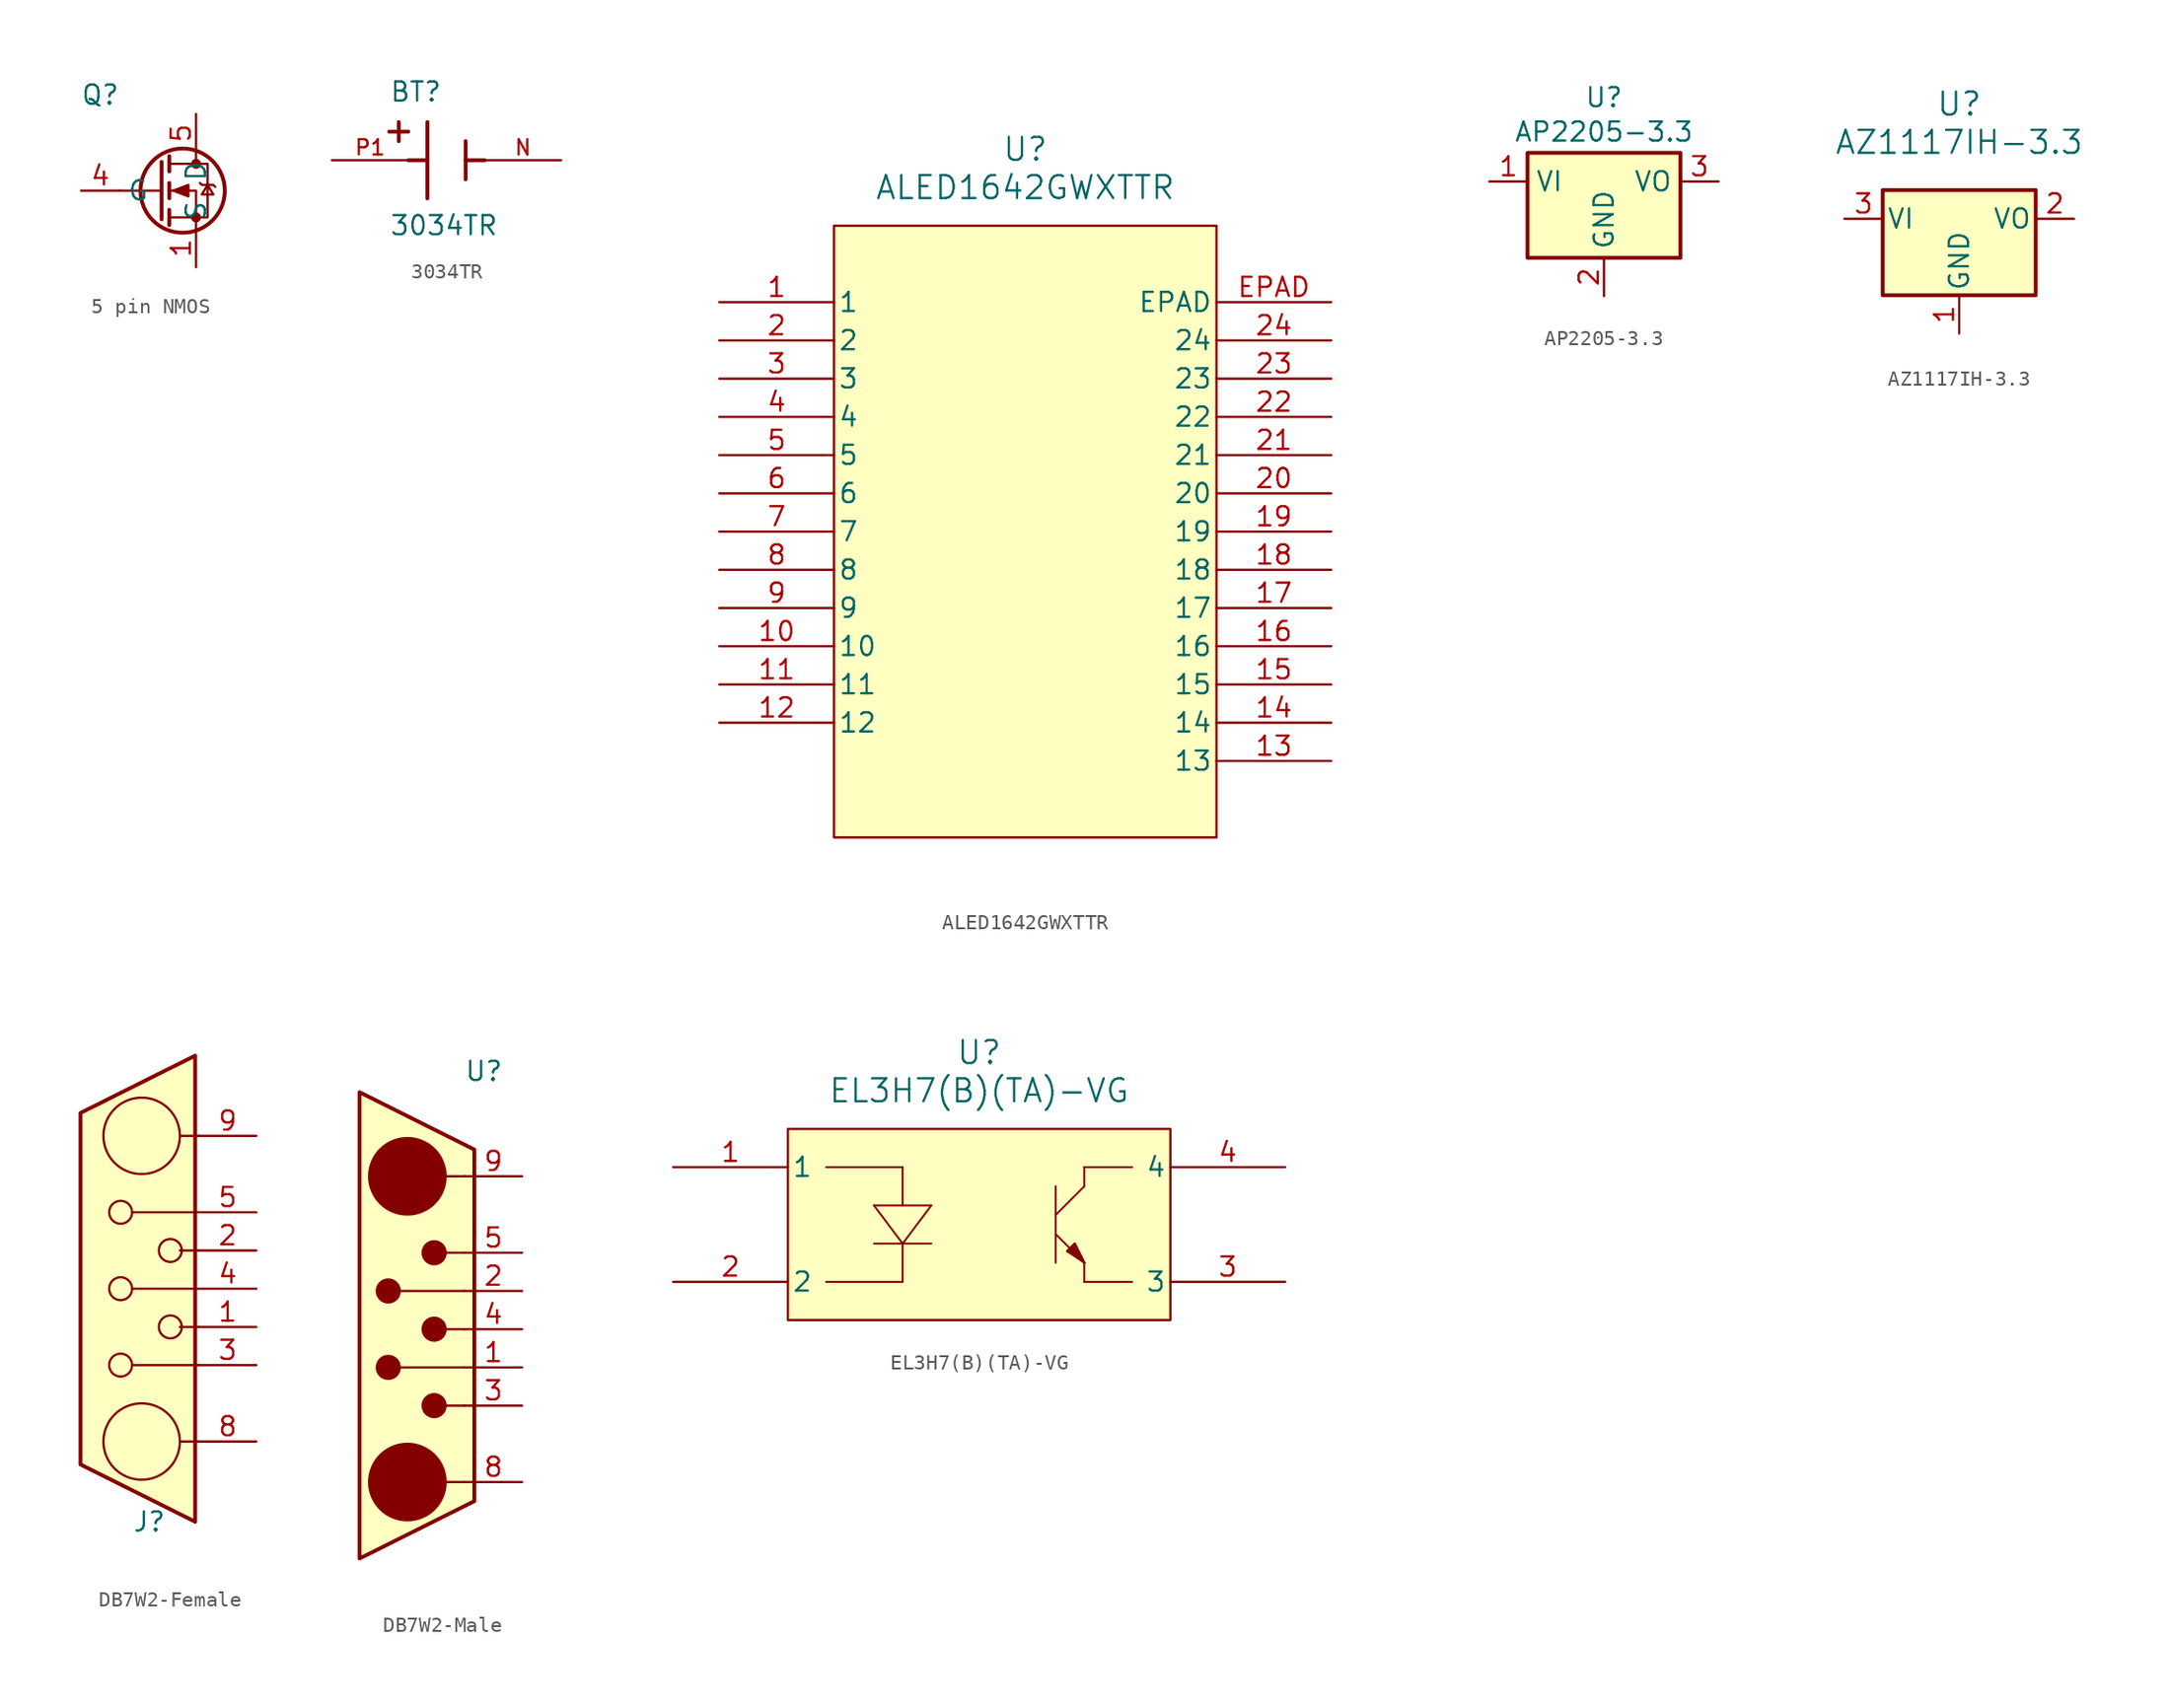
<source format=kicad_sym>
(kicad_symbol_lib
  (version 20231120)
  (generator "kicad_symbol_editor")
  (generator_version "8.0")
  (symbol "5 pin NMOS"
    (property "Reference" "Q"
      (at -6.35 6.35 0)
      (effects (font (size 1.27 1.27))))
    (property "Value" ""
      (at 0 0 0)
      (effects (font (size 1.27 1.27))))
    (symbol "5 pin NMOS_0_1"
      (circle (center -0.889 0) (radius 2.794) (stroke (width 0.254) (type default)) (fill (type none)))
      (circle (center 0 -1.778) (radius 0.254) (stroke (width 0) (type default)) (fill (type outline)))
      (polyline (pts (xy -2.286 0) (xy -5.08 0)) (stroke (width 0) (type default)) (fill (type none)))
      (polyline (pts (xy -2.286 1.905) (xy -2.286 -1.905)) (stroke (width 0.254) (type default)) (fill (type none)))
      (polyline (pts (xy -1.778 -1.27) (xy -1.778 -2.286)) (stroke (width 0.254) (type default)) (fill (type none)))
      (polyline (pts (xy -1.778 0.508) (xy -1.778 -0.508)) (stroke (width 0.254) (type default)) (fill (type none)))
      (polyline (pts (xy -1.778 2.286) (xy -1.778 1.27)) (stroke (width 0.254) (type default)) (fill (type none)))
      (polyline (pts (xy 0 2.54) (xy 0 1.778)) (stroke (width 0) (type default)) (fill (type none)))
      (polyline (pts (xy 0 -2.54) (xy 0 0) (xy -1.778 0)) (stroke (width 0) (type default)) (fill (type none)))
      (polyline (pts (xy -1.778 -1.778) (xy 0.762 -1.778) (xy 0.762 1.778) (xy -1.778 1.778)) (stroke (width 0) (type default)) (fill (type none)))
      (polyline (pts (xy -1.524 0) (xy -0.508 0.381) (xy -0.508 -0.381) (xy -1.524 0)) (stroke (width 0) (type default)) (fill (type outline)))
      (polyline (pts (xy 0.254 0.508) (xy 0.381 0.381) (xy 1.143 0.381) (xy 1.27 0.254)) (stroke (width 0) (type default)) (fill (type none)))
      (polyline (pts (xy 0.762 0.381) (xy 0.381 -0.254) (xy 1.143 -0.254) (xy 0.762 0.381)) (stroke (width 0) (type default)) (fill (type none)))
      (circle (center 0 1.778) (radius 0.254) (stroke (width 0) (type default)) (fill (type outline))))
    (symbol "5 pin NMOS_1_1"
      (pin passive line (at 0 -5.08 90) (length 2.54) (name "S" (effects (font (size 1.27 1.27)))) (number "1" (effects (font (size 1.27 1.27)))))
      (pin passive line (at 0 -5.08 90) (length 2.54) hide (name "S" (effects (font (size 1.27 1.27)))) (number "2" (effects (font (size 1.27 1.27)))))
      (pin passive line (at 0 -5.08 90) (length 2.54) hide (name "S" (effects (font (size 1.27 1.27)))) (number "3" (effects (font (size 1.27 1.27)))))
      (pin input line (at -7.62 0 0) (length 2.54) (name "G" (effects (font (size 1.27 1.27)))) (number "4" (effects (font (size 1.27 1.27)))))
      (pin passive line (at 0 5.08 270) (length 2.54) (name "D" (effects (font (size 1.27 1.27)))) (number "5" (effects (font (size 1.27 1.27)))))))
  (symbol "3034TR"
    (pin_names
      (offset 1.016))
    (property "Reference" "BT"
      (at -3.81 3.81 0)
      (effects (font (size 1.27 1.27)) (justify left bottom)))
    (property "Value" "3034TR"
      (at -3.81 -5.08 0)
      (effects (font (size 1.27 1.27)) (justify left bottom)))
    (symbol "3034TR_0_0"
      (polyline (pts (xy -3.81 1.905) (xy -2.54 1.905)) (stroke (width 0.254) (type default)) (fill (type none)))
      (polyline (pts (xy -3.175 2.54) (xy -3.175 1.27)) (stroke (width 0.254) (type default)) (fill (type none)))
      (polyline (pts (xy -1.27 0) (xy -2.54 0)) (stroke (width 0.254) (type default)) (fill (type none)))
      (polyline (pts (xy -1.27 0) (xy -1.27 -2.54)) (stroke (width 0.254) (type default)) (fill (type none)))
      (polyline (pts (xy -1.27 2.54) (xy -1.27 0)) (stroke (width 0.254) (type default)) (fill (type none)))
      (polyline (pts (xy 1.27 0) (xy 1.27 -1.27)) (stroke (width 0.254) (type default)) (fill (type none)))
      (polyline (pts (xy 1.27 0) (xy 2.54 0)) (stroke (width 0.254) (type default)) (fill (type none)))
      (polyline (pts (xy 1.27 1.27) (xy 1.27 0)) (stroke (width 0.254) (type default)) (fill (type none)))
      (pin passive line (at 7.62 0 180) (length 5.08) (name "~" (effects (font (size 1.016 1.016)))) (number "N" (effects (font (size 1.016 1.016)))))
      (pin passive line (at -7.62 0 0) (length 5.08) (name "~" (effects (font (size 1.016 1.016)))) (number "P1" (effects (font (size 1.016 1.016)))))))
  (symbol "ALED1642GWXTTR"
    (pin_names
      (offset 0.254))
    (property "Reference" "U"
      (at 20.32 10.16 0)
      (effects (font (size 1.524 1.524))))
    (property "Value" "ALED1642GWXTTR"
      (at 20.32 7.62 0)
      (effects (font (size 1.524 1.524))))
    (property "ki_locked" ""
      (at 0 0 0)
      (effects (font (size 1.27 1.27))))
    (symbol "ALED1642GWXTTR_0_1"
      (pin unspecified line (at 0 0 0) (length 7.62) (name "1" (effects (font (size 1.27 1.27)))) (number "1" (effects (font (size 1.27 1.27)))))
      (pin unspecified line (at 0 -22.86 0) (length 7.62) (name "10" (effects (font (size 1.27 1.27)))) (number "10" (effects (font (size 1.27 1.27)))))
      (pin unspecified line (at 0 -25.4 0) (length 7.62) (name "11" (effects (font (size 1.27 1.27)))) (number "11" (effects (font (size 1.27 1.27)))))
      (pin unspecified line (at 0 -27.94 0) (length 7.62) (name "12" (effects (font (size 1.27 1.27)))) (number "12" (effects (font (size 1.27 1.27)))))
      (pin unspecified line (at 40.64 -30.48 180) (length 7.62) (name "13" (effects (font (size 1.27 1.27)))) (number "13" (effects (font (size 1.27 1.27)))))
      (pin unspecified line (at 40.64 -27.94 180) (length 7.62) (name "14" (effects (font (size 1.27 1.27)))) (number "14" (effects (font (size 1.27 1.27)))))
      (pin unspecified line (at 40.64 -25.4 180) (length 7.62) (name "15" (effects (font (size 1.27 1.27)))) (number "15" (effects (font (size 1.27 1.27)))))
      (pin unspecified line (at 40.64 -22.86 180) (length 7.62) (name "16" (effects (font (size 1.27 1.27)))) (number "16" (effects (font (size 1.27 1.27)))))
      (pin unspecified line (at 40.64 -20.32 180) (length 7.62) (name "17" (effects (font (size 1.27 1.27)))) (number "17" (effects (font (size 1.27 1.27)))))
      (pin unspecified line (at 40.64 -17.78 180) (length 7.62) (name "18" (effects (font (size 1.27 1.27)))) (number "18" (effects (font (size 1.27 1.27)))))
      (pin unspecified line (at 40.64 -15.24 180) (length 7.62) (name "19" (effects (font (size 1.27 1.27)))) (number "19" (effects (font (size 1.27 1.27)))))
      (pin unspecified line (at 0 -2.54 0) (length 7.62) (name "2" (effects (font (size 1.27 1.27)))) (number "2" (effects (font (size 1.27 1.27)))))
      (pin unspecified line (at 40.64 -12.7 180) (length 7.62) (name "20" (effects (font (size 1.27 1.27)))) (number "20" (effects (font (size 1.27 1.27)))))
      (pin unspecified line (at 40.64 -10.16 180) (length 7.62) (name "21" (effects (font (size 1.27 1.27)))) (number "21" (effects (font (size 1.27 1.27)))))
      (pin unspecified line (at 40.64 -7.62 180) (length 7.62) (name "22" (effects (font (size 1.27 1.27)))) (number "22" (effects (font (size 1.27 1.27)))))
      (pin unspecified line (at 40.64 -5.08 180) (length 7.62) (name "23" (effects (font (size 1.27 1.27)))) (number "23" (effects (font (size 1.27 1.27)))))
      (pin unspecified line (at 40.64 -2.54 180) (length 7.62) (name "24" (effects (font (size 1.27 1.27)))) (number "24" (effects (font (size 1.27 1.27)))))
      (pin unspecified line (at 0 -5.08 0) (length 7.62) (name "3" (effects (font (size 1.27 1.27)))) (number "3" (effects (font (size 1.27 1.27)))))
      (pin unspecified line (at 0 -7.62 0) (length 7.62) (name "4" (effects (font (size 1.27 1.27)))) (number "4" (effects (font (size 1.27 1.27)))))
      (pin unspecified line (at 0 -10.16 0) (length 7.62) (name "5" (effects (font (size 1.27 1.27)))) (number "5" (effects (font (size 1.27 1.27)))))
      (pin unspecified line (at 0 -12.7 0) (length 7.62) (name "6" (effects (font (size 1.27 1.27)))) (number "6" (effects (font (size 1.27 1.27)))))
      (pin unspecified line (at 0 -15.24 0) (length 7.62) (name "7" (effects (font (size 1.27 1.27)))) (number "7" (effects (font (size 1.27 1.27)))))
      (pin unspecified line (at 0 -17.78 0) (length 7.62) (name "8" (effects (font (size 1.27 1.27)))) (number "8" (effects (font (size 1.27 1.27)))))
      (pin unspecified line (at 0 -20.32 0) (length 7.62) (name "9" (effects (font (size 1.27 1.27)))) (number "9" (effects (font (size 1.27 1.27)))))
      (pin unspecified line (at 40.64 0 180) (length 7.62) (name "EPAD" (effects (font (size 1.27 1.27)))) (number "EPAD" (effects (font (size 1.27 1.27))))))
    (symbol "ALED1642GWXTTR_1_1"
      (rectangle (start 7.62 5.08) (end 33.02 -35.56) (stroke (width 0) (type default)) (fill (type background)))))
  (symbol "AP2205-3.3"
    (property "Reference" "U"
      (at 0 5.588 0)
      (effects (font (size 1.27 1.27))))
    (property "Value" "AP2205-3.3"
      (at 0 3.302 0)
      (effects (font (size 1.27 1.27))))
    (symbol "AP2205-3.3_0_1"
      (rectangle (start -5.08 1.905) (end 5.08 -5.08) (stroke (width 0.254) (type default)) (fill (type background))))
    (symbol "AP2205-3.3_1_1"
      (pin power_in line (at -7.62 0 0) (length 2.54) (name "VI" (effects (font (size 1.27 1.27)))) (number "1" (effects (font (size 1.27 1.27)))))
      (pin power_in line (at 0 -7.62 90) (length 2.54) (name "GND" (effects (font (size 1.27 1.27)))) (number "2" (effects (font (size 1.27 1.27)))))
      (pin power_out line (at 7.62 0 180) (length 2.54) (name "VO" (effects (font (size 1.27 1.27)))) (number "3" (effects (font (size 1.27 1.27)))))))
  (symbol "AZ1117IH-3.3"
    (pin_names
      (offset 0.254))
    (property "Reference" "U"
      (at 0 7.62 0)
      (effects (font (size 1.524 1.524))))
    (property "Value" "AZ1117IH-3.3"
      (at 0 5.08 0)
      (effects (font (size 1.524 1.524))))
    (symbol "AZ1117IH-3.3_0_1"
      (rectangle (start -5.08 1.905) (end 5.08 -5.08) (stroke (width 0.254) (type default)) (fill (type background))))
    (symbol "AZ1117IH-3.3_1_1"
      (pin power_in line (at 0 -7.62 90) (length 2.54) (name "GND" (effects (font (size 1.27 1.27)))) (number "1" (effects (font (size 1.27 1.27)))))
      (pin power_out line (at 7.62 0 180) (length 2.54) (name "VO" (effects (font (size 1.27 1.27)))) (number "2" (effects (font (size 1.27 1.27)))))
      (pin power_in line (at -7.62 0 0) (length 2.54) (name "VI" (effects (font (size 1.27 1.27)))) (number "3" (effects (font (size 1.27 1.27)))))))
  (symbol "DB7W2-Female"
    (property "Reference" "J"
      (at 0.508 -15.494 0)
      (effects (font (size 1.27 1.27))))
    (property "Value" ""
      (at -3.175 0 0)
      (effects (font (size 1.27 1.27))))
    (symbol "DB7W2-Female_0_1"
      (circle (center -1.397 -5.08) (radius 0.762) (stroke (width 0) (type default)) (fill (type none)))
      (circle (center -1.397 0) (radius 0.762) (stroke (width 0) (type default)) (fill (type none)))
      (circle (center -1.397 5.08) (radius 0.762) (stroke (width 0) (type default)) (fill (type none)))
      (circle (center 0 -10.16) (radius 2.54) (stroke (width 0) (type default)) (fill (type none)))
      (polyline (pts (xy 3.81 -10.16) (xy 2.54 -10.16)) (stroke (width 0) (type default)) (fill (type none)))
      (polyline (pts (xy 3.81 -5.08) (xy -0.635 -5.08)) (stroke (width 0) (type default)) (fill (type none)))
      (polyline (pts (xy 3.81 -2.54) (xy 2.54 -2.54)) (stroke (width 0) (type default)) (fill (type none)))
      (polyline (pts (xy 3.81 0) (xy -0.635 0)) (stroke (width 0) (type default)) (fill (type none)))
      (polyline (pts (xy 3.81 2.54) (xy 2.54 2.54)) (stroke (width 0) (type default)) (fill (type none)))
      (polyline (pts (xy 3.81 5.08) (xy -0.635 5.08)) (stroke (width 0) (type default)) (fill (type none)))
      (polyline (pts (xy 3.81 10.16) (xy 2.54 10.16)) (stroke (width 0) (type default)) (fill (type none)))
      (polyline (pts (xy 3.556 -15.494) (xy 3.556 15.494) (xy -4.064 11.684) (xy -4.064 -11.684) (xy 3.556 -15.494)) (stroke (width 0.254) (type default)) (fill (type background)))
      (circle (center 0 10.16) (radius 2.54) (stroke (width 0) (type default)) (fill (type none)))
      (circle (center 1.905 -2.54) (radius 0.762) (stroke (width 0) (type default)) (fill (type none)))
      (circle (center 1.905 2.54) (radius 0.762) (stroke (width 0) (type default)) (fill (type none))))
    (symbol "DB7W2-Female_1_1"
      (pin passive line (at 7.62 -2.54 180) (length 3.81) (name "" (effects (font (size 1.27 1.27)))) (number "1" (effects (font (size 1.27 1.27)))))
      (pin passive line (at 7.62 2.54 180) (length 3.81) (name "" (effects (font (size 1.27 1.27)))) (number "2" (effects (font (size 1.27 1.27)))))
      (pin passive line (at 7.62 -5.08 180) (length 3.81) (name "" (effects (font (size 1.27 1.27)))) (number "3" (effects (font (size 1.27 1.27)))))
      (pin passive line (at 7.62 0 180) (length 3.81) (name "" (effects (font (size 1.27 1.27)))) (number "4" (effects (font (size 1.27 1.27)))))
      (pin passive line (at 7.62 5.08 180) (length 3.81) (name "" (effects (font (size 1.27 1.27)))) (number "5" (effects (font (size 1.27 1.27)))))
      (pin passive line (at 7.62 -10.16 180) (length 3.81) (name "" (effects (font (size 1.27 1.27)))) (number "8" (effects (font (size 1.27 1.27)))))
      (pin passive line (at 7.62 10.16 180) (length 3.81) (name "" (effects (font (size 1.27 1.27)))) (number "9" (effects (font (size 1.27 1.27)))))))
  (symbol "DB7W2-Male"
    (property "Reference" "U"
      (at 5.08 17.145 0)
      (effects (font (size 1.27 1.27))))
    (property "Value" ""
      (at 0 0 0)
      (effects (font (size 1.27 1.27))))
    (symbol "DB7W2-Male_0_1"
      (circle (center -1.27 -2.54) (radius 0.762) (stroke (width 0) (type default)) (fill (type outline)))
      (circle (center -1.27 2.54) (radius 0.762) (stroke (width 0) (type default)) (fill (type outline)))
      (circle (center 0 -10.16) (radius 2.54) (stroke (width 0) (type default)) (fill (type outline)))
      (polyline (pts (xy 3.81 -10.16) (xy 2.54 -10.16)) (stroke (width 0) (type default)) (fill (type none)))
      (polyline (pts (xy 3.81 -5.08) (xy 2.54 -5.08)) (stroke (width 0) (type default)) (fill (type none)))
      (polyline (pts (xy 3.81 -2.54) (xy -0.508 -2.54)) (stroke (width 0) (type default)) (fill (type none)))
      (polyline (pts (xy 3.81 0) (xy 2.54 0)) (stroke (width 0) (type default)) (fill (type none)))
      (polyline (pts (xy 3.81 2.54) (xy -0.508 2.54)) (stroke (width 0) (type default)) (fill (type none)))
      (polyline (pts (xy 3.81 5.08) (xy 2.54 5.08)) (stroke (width 0) (type default)) (fill (type none)))
      (polyline (pts (xy 3.81 10.16) (xy 2.54 10.16)) (stroke (width 0) (type default)) (fill (type none)))
      (polyline (pts (xy -3.175 -15.24) (xy -3.175 15.748) (xy 4.445 11.938) (xy 4.445 -11.43) (xy -3.175 -15.24)) (stroke (width 0.254) (type default)) (fill (type background)))
      (circle (center 1.778 -5.08) (radius 0.762) (stroke (width 0) (type default)) (fill (type outline)))
      (circle (center 1.778 0) (radius 0.762) (stroke (width 0) (type default)) (fill (type outline)))
      (circle (center 1.778 5.08) (radius 0.762) (stroke (width 0) (type default)) (fill (type outline))))
    (symbol "DB7W2-Male_1_1"
      (circle (center 0 10.16) (radius 2.54) (stroke (width 0) (type default)) (fill (type outline)))
      (pin passive line (at 7.62 -2.54 180) (length 3.81) (name "" (effects (font (size 1.27 1.27)))) (number "1" (effects (font (size 1.27 1.27)))))
      (pin passive line (at 7.62 2.54 180) (length 3.81) (name "" (effects (font (size 1.27 1.27)))) (number "2" (effects (font (size 1.27 1.27)))))
      (pin passive line (at 7.62 -5.08 180) (length 3.81) (name "" (effects (font (size 1.27 1.27)))) (number "3" (effects (font (size 1.27 1.27)))))
      (pin passive line (at 7.62 0 180) (length 3.81) (name "" (effects (font (size 1.27 1.27)))) (number "4" (effects (font (size 1.27 1.27)))))
      (pin passive line (at 7.62 5.08 180) (length 3.81) (name "" (effects (font (size 1.27 1.27)))) (number "5" (effects (font (size 1.27 1.27)))))
      (pin passive line (at 7.62 -10.16 180) (length 3.81) (name "" (effects (font (size 1.27 1.27)))) (number "8" (effects (font (size 1.27 1.27)))))
      (pin passive line (at 7.62 10.16 180) (length 3.81) (name "" (effects (font (size 1.27 1.27)))) (number "9" (effects (font (size 1.27 1.27)))))))
  (symbol "EL3H7(B)(TA)-VG"
    (pin_names
      (offset 0.254))
    (property "Reference" "U"
      (at 20.32 10.16 0)
      (effects (font (size 1.524 1.524))))
    (property "Value" "EL3H7(B)(TA)-VG\n"
      (at 20.32 7.62 0)
      (effects (font (size 1.524 1.524))))
    (symbol "EL3H7(B)(TA)-VG_0_1"
      (polyline (pts (xy 10.16 -5.08) (xy 15.24 -5.08)) (stroke (width 0.127) (type default)) (fill (type none)))
      (polyline (pts (xy 10.16 2.54) (xy 15.24 2.54)) (stroke (width 0.127) (type default)) (fill (type none)))
      (polyline (pts (xy 13.335 -2.54) (xy 17.145 -2.54)) (stroke (width 0.127) (type default)) (fill (type none)))
      (polyline (pts (xy 13.335 0) (xy 17.145 0)) (stroke (width 0.127) (type default)) (fill (type none)))
      (polyline (pts (xy 15.24 -5.08) (xy 15.24 -2.54)) (stroke (width 0.127) (type default)) (fill (type none)))
      (polyline (pts (xy 15.24 -2.54) (xy 13.335 0)) (stroke (width 0.127) (type default)) (fill (type none)))
      (polyline (pts (xy 15.24 -2.54) (xy 17.145 0)) (stroke (width 0.127) (type default)) (fill (type none)))
      (polyline (pts (xy 15.24 2.54) (xy 15.24 0)) (stroke (width 0.127) (type default)) (fill (type none)))
      (polyline (pts (xy 25.4 -3.175) (xy 25.4 -3.81)) (stroke (width 0.127) (type default)) (fill (type none)))
      (polyline (pts (xy 25.4 -1.905) (xy 27.305 -3.81)) (stroke (width 0.127) (type default)) (fill (type none)))
      (polyline (pts (xy 25.4 -0.635) (xy 25.4 -3.175)) (stroke (width 0.127) (type default)) (fill (type none)))
      (polyline (pts (xy 25.4 -0.635) (xy 25.4 1.27)) (stroke (width 0.127) (type default)) (fill (type none)))
      (polyline (pts (xy 26.162 -3.048) (xy 27.305 -3.81)) (stroke (width 0.127) (type default)) (fill (type none)))
      (polyline (pts (xy 26.67 -2.54) (xy 26.162 -3.048)) (stroke (width 0.127) (type default)) (fill (type none)))
      (polyline (pts (xy 27.305 -5.08) (xy 27.305 -3.81)) (stroke (width 0.127) (type default)) (fill (type none)))
      (polyline (pts (xy 27.305 -3.81) (xy 26.67 -2.54)) (stroke (width 0.127) (type default)) (fill (type none)))
      (polyline (pts (xy 27.305 1.27) (xy 25.4 -0.635)) (stroke (width 0.127) (type default)) (fill (type none)))
      (polyline (pts (xy 27.305 2.54) (xy 27.305 1.27)) (stroke (width 0.127) (type default)) (fill (type none)))
      (polyline (pts (xy 30.48 -5.08) (xy 27.305 -5.08)) (stroke (width 0.127) (type default)) (fill (type none)))
      (polyline (pts (xy 30.48 2.54) (xy 27.305 2.54)) (stroke (width 0.127) (type default)) (fill (type none)))
      (polyline (pts (xy 26.162 -3.048) (xy 26.67 -2.54) (xy 27.305 -3.81)) (stroke (width 0) (type default)) (fill (type outline)))
      (pin unspecified line (at 0 2.54 0) (length 7.62) (name "1" (effects (font (size 1.27 1.27)))) (number "1" (effects (font (size 1.27 1.27)))))
      (pin unspecified line (at 0 -5.08 0) (length 7.62) (name "2" (effects (font (size 1.27 1.27)))) (number "2" (effects (font (size 1.27 1.27)))))
      (pin unspecified line (at 40.64 -5.08 180) (length 7.62) (name "3" (effects (font (size 1.27 1.27)))) (number "3" (effects (font (size 1.27 1.27)))))
      (pin unspecified line (at 40.64 2.54 180) (length 7.62) (name "4" (effects (font (size 1.27 1.27)))) (number "4" (effects (font (size 1.27 1.27))))))
    (symbol "EL3H7(B)(TA)-VG_1_1"
      (rectangle (start 7.62 5.08) (end 33.02 -7.62) (stroke (width 0) (type default)) (fill (type background))))))
</source>
